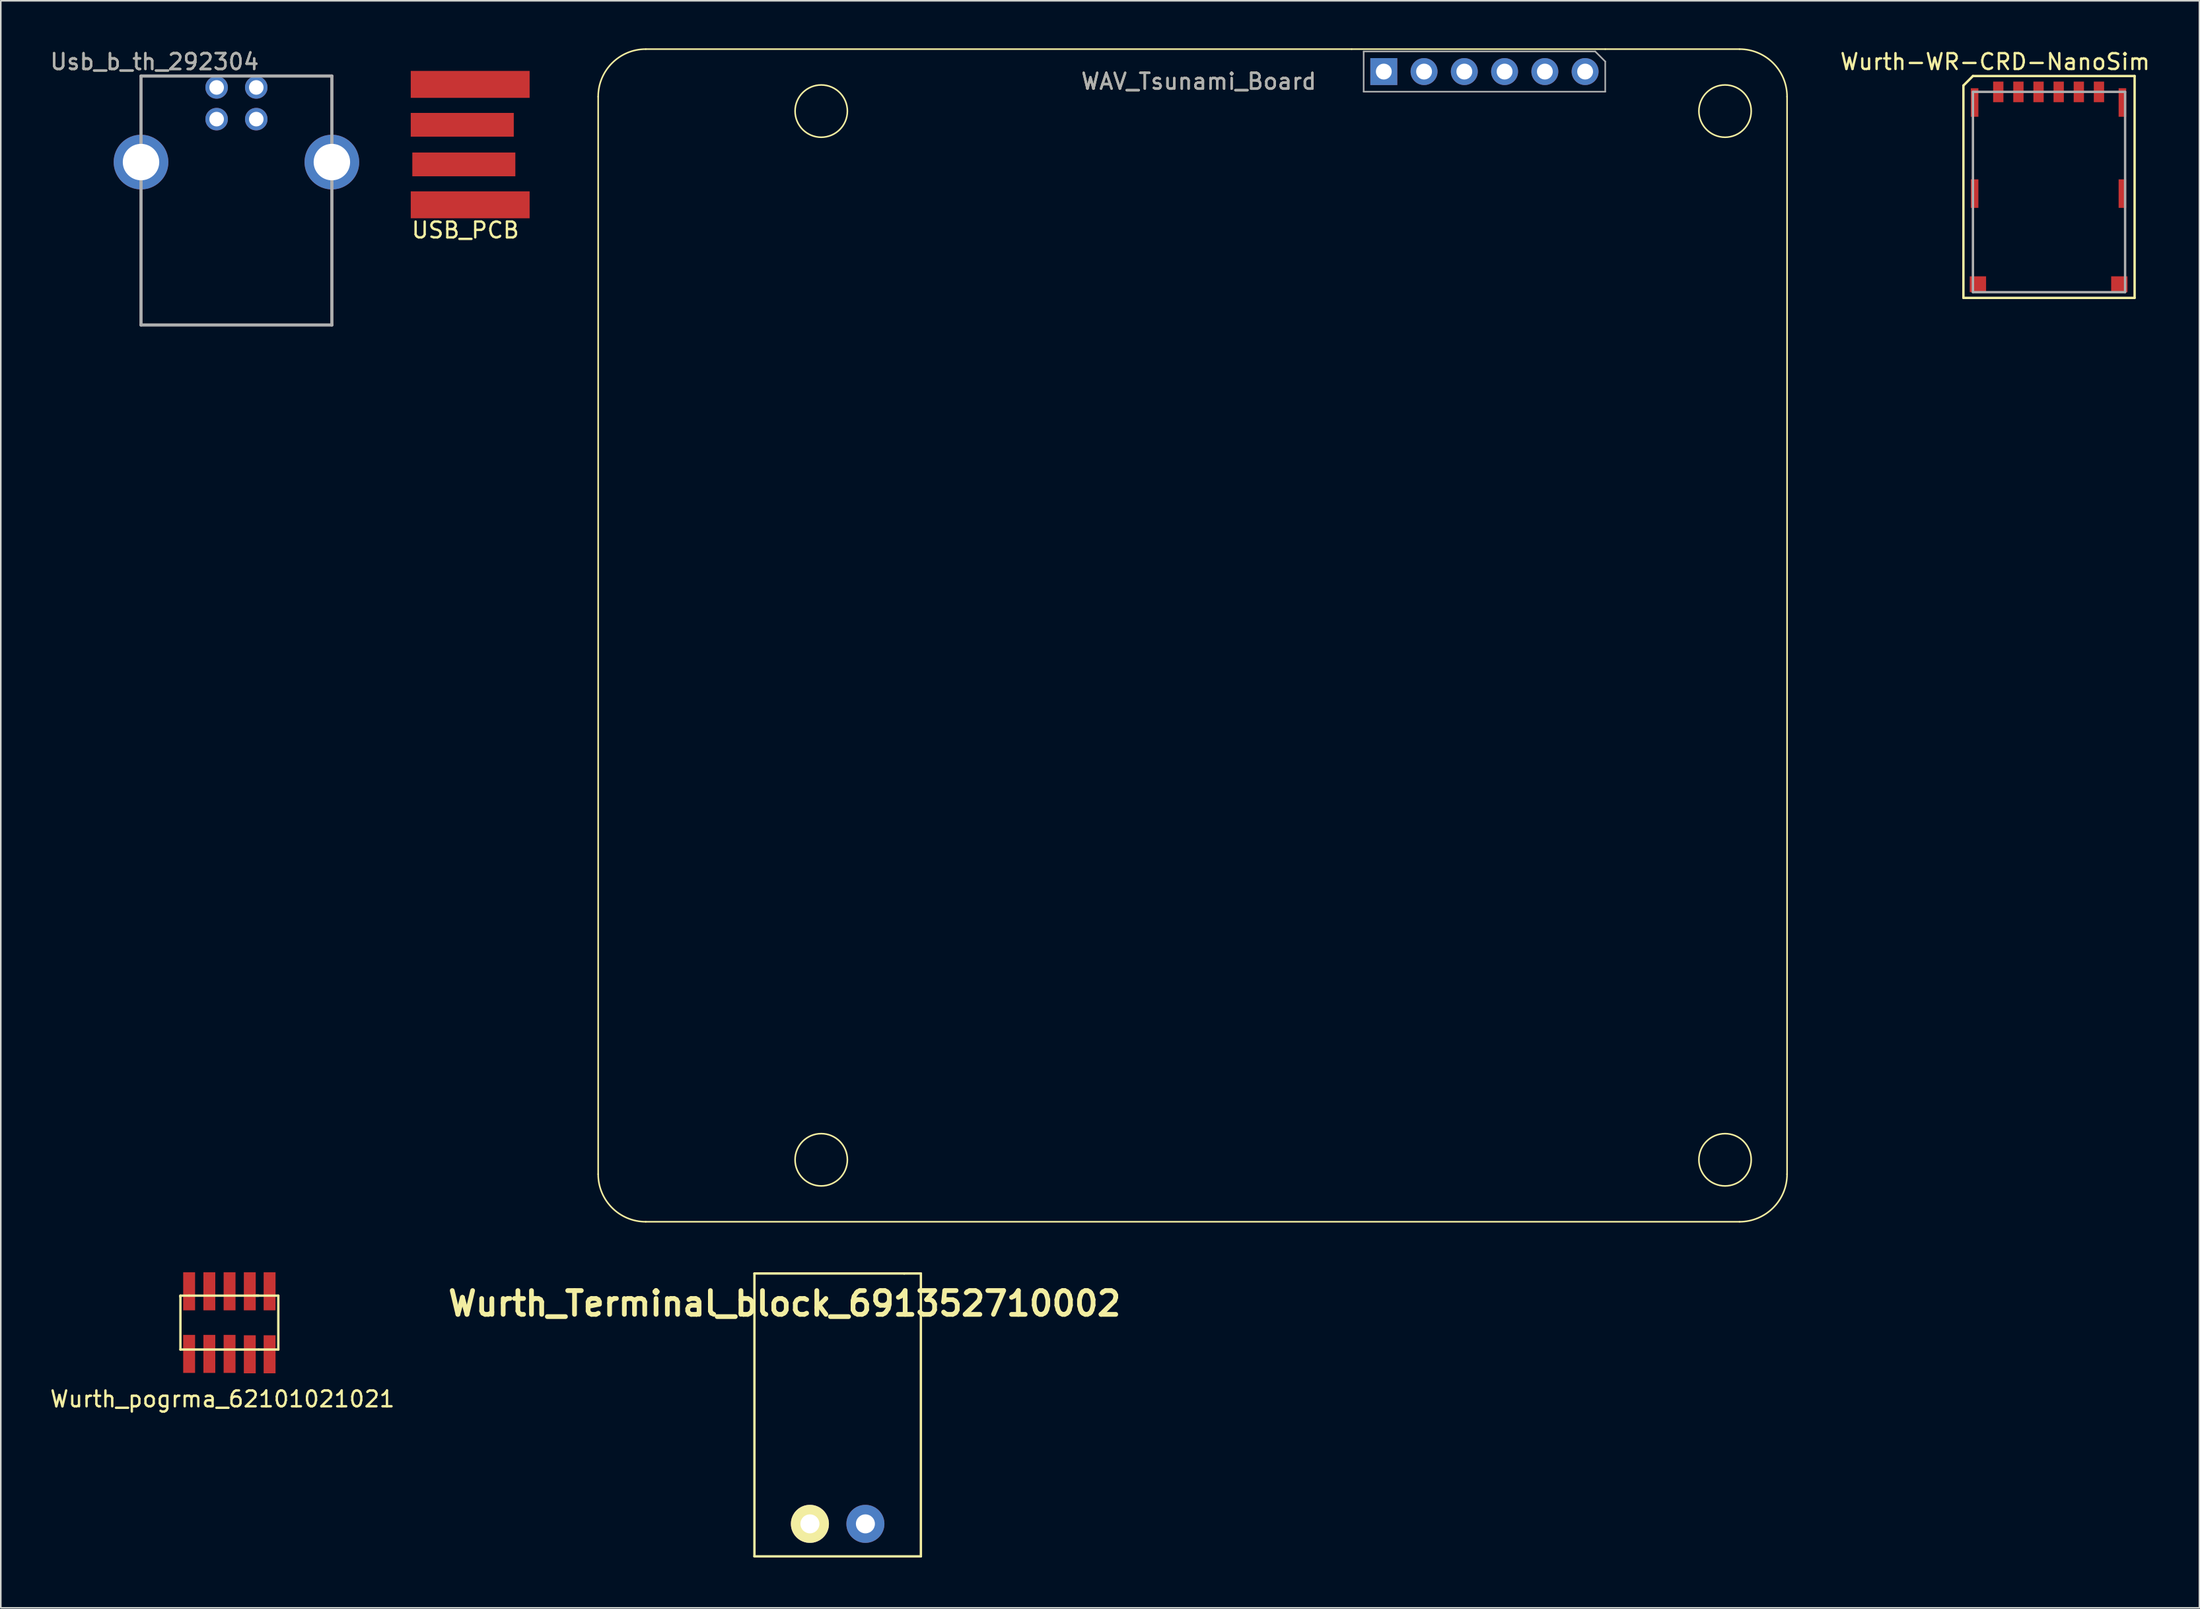
<source format=kicad_pcb>
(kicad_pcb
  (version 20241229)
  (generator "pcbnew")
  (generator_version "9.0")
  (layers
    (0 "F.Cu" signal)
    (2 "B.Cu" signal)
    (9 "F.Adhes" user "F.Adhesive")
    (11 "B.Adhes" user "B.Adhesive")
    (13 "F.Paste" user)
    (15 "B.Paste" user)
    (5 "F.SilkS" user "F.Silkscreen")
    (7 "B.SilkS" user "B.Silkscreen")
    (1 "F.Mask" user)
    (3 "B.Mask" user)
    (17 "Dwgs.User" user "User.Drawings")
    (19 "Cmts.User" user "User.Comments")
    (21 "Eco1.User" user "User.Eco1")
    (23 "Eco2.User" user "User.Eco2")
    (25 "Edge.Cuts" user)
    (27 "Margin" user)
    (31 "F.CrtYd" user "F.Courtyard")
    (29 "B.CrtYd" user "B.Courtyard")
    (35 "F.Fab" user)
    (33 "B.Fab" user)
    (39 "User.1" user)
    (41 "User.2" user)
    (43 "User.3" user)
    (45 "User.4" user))
  (footprint "Usb_b_th_292304"
    (layer "F.Cu")
    (at 11.866 7.178)
    (property "Reference" "Usb_b_th_292304" (at -5.17 -6.33 0) (layer "F.SilkS") (effects (font (size 1 1) (thickness 0.15))))
    (attr through_hole)
    (fp_line (start -6.02 -5.43) (end -6.02 -2.2) (stroke (width 0.1) (type solid)) (layer "F.SilkS"))
    (fp_line (start -6.02 -5.43) (end -2 -5.43) (stroke (width 0.1) (type solid)) (layer "F.SilkS"))
    (fp_line (start -6.02 10.28) (end -6.02 2.2) (stroke (width 0.1) (type solid)) (layer "F.SilkS"))
    (fp_line (start -6.02 10.28) (end 6.02 10.28) (stroke (width 0.1) (type solid)) (layer "F.SilkS"))
    (fp_line (start 6.02 -5.43) (end 2 -5.43) (stroke (width 0.1) (type solid)) (layer "F.SilkS"))
    (fp_line (start 6.02 -5.43) (end 6.02 -2.2) (stroke (width 0.1) (type solid)) (layer "F.SilkS"))
    (fp_line (start 6.02 10.28) (end 6.02 2.2) (stroke (width 0.1) (type solid)) (layer "F.SilkS"))
    (fp_line (start -6.02 -5.43) (end -6.02 10.28) (stroke (width 0.2) (type solid)) (layer "F.Fab"))
    (fp_line (start -6.02 10.28) (end 6.02 10.28) (stroke (width 0.2) (type solid)) (layer "F.Fab"))
    (fp_line (start 6.02 -5.43) (end -6.02 -5.43) (stroke (width 0.2) (type solid)) (layer "F.Fab"))
    (fp_line (start 6.02 10.28) (end 6.02 -5.43) (stroke (width 0.2) (type solid)) (layer "F.Fab"))
    (fp_text user "${REFERENCE}" (at -5.17 -6.33 0) (layer "F.Fab") (effects (font (size 1 1) (thickness 0.15))))
    (pad "1" thru_hole circle (at 1.25 -4.71) (size 1.42 1.42) (drill 0.92) (layers "*.Cu" "*.Mask"))
    (pad "2" thru_hole circle (at -1.25 -4.71) (size 1.42 1.42) (drill 0.92) (layers "*.Cu" "*.Mask"))
    (pad "3" thru_hole circle (at -1.25 -2.71) (size 1.42 1.42) (drill 0.92) (layers "*.Cu" "*.Mask"))
    (pad "4" thru_hole circle (at 1.25 -2.71) (size 1.42 1.42) (drill 0.92) (layers "*.Cu" "*.Mask"))
    (pad "5" thru_hole circle (at -6.02 0) (size 3.45 3.45) (drill 2.3) (layers "*.Cu" "*.Mask"))
    (pad "5" thru_hole circle (at 6.02 0) (size 3.45 3.45) (drill 2.3) (layers "*.Cu" "*.Mask")))
  (footprint "Wurth-WR-CRD-NanoSim"
    (layer "F.Cu")
    (at 123.011 2.748)
    (property "Reference" "Wurth-WR-CRD-NanoSim" (at -0.2 -1.9 0) (layer "F.SilkS") (effects (font (size 1 1) (thickness 0.15))))
    (attr through_hole)
    (fp_line (start -2.2 -0.4) (end -2.2 13) (stroke (width 0.15) (type solid)) (layer "F.SilkS"))
    (fp_line (start -2.2 13) (end 8.6 13) (stroke (width 0.15) (type solid)) (layer "F.SilkS"))
    (fp_line (start -1.6 -1) (end -2.2 -0.4) (stroke (width 0.15) (type solid)) (layer "F.SilkS"))
    (fp_line (start 8.6 -1) (end -1.6 -1) (stroke (width 0.15) (type solid)) (layer "F.SilkS"))
    (fp_line (start 8.6 13) (end 8.6 -1) (stroke (width 0.15) (type solid)) (layer "F.SilkS"))
    (fp_line (start -1.6 0) (end -1.6 12.64) (stroke (width 0.15) (type solid)) (layer "F.Fab"))
    (fp_line (start -1.6 12.64) (end 8 12.64) (stroke (width 0.15) (type solid)) (layer "F.Fab"))
    (fp_line (start 8 0) (end -1.6 0) (stroke (width 0.15) (type solid)) (layer "F.Fab"))
    (fp_line (start 8 12.64) (end 8 0) (stroke (width 0.15) (type solid)) (layer "F.Fab"))
    (pad "1" smd rect (at 5.08 0) (size 0.65 1.3) (layers "F.Cu" "F.Mask" "F.Paste"))
    (pad "2" smd rect (at 2.54 0) (size 0.65 1.3) (layers "F.Cu" "F.Mask" "F.Paste"))
    (pad "3" smd rect (at 1.27 0) (size 0.65 1.3) (layers "F.Cu" "F.Mask" "F.Paste"))
    (pad "4" smd rect (at -1.495 0.67) (size 0.48 1.8) (layers "F.Cu" "F.Mask" "F.Paste"))
    (pad "4" smd rect (at -1.495 6.42) (size 0.48 1.8) (layers "F.Cu" "F.Mask" "F.Paste"))
    (pad "4" smd rect (at -1.285 12.14) (size 1.03 1) (layers "F.Cu" "F.Mask" "F.Paste"))
    (pad "4" smd rect (at 6.35 0) (size 0.65 1.3) (layers "F.Cu" "F.Mask" "F.Paste"))
    (pad "4" smd rect (at 7.635 12.14) (size 1.03 1) (layers "F.Cu" "F.Mask" "F.Paste"))
    (pad "4" smd rect (at 7.83 0.67) (size 0.48 1.8) (layers "F.Cu" "F.Mask" "F.Paste"))
    (pad "4" smd rect (at 7.83 6.42) (size 0.48 1.8) (layers "F.Cu" "F.Mask" "F.Paste"))
    (pad "5" smd rect (at 3.81 0) (size 0.65 1.3) (layers "F.Cu" "F.Mask" "F.Paste"))
    (pad "6" smd rect (at 0 0) (size 0.65 1.3) (layers "F.Cu" "F.Mask" "F.Paste")))
  (footprint "WAV_Tsunami_Board"
    (layer "F.Cu")
    (at 109.674 73.989)
    (property "Reference" "WAV_Tsunami_Board" (at -37.1 -71.9 0) (layer "F.SilkS") (effects (font (size 1 1) (thickness 0.15))))
    (attr through_hole)
    (fp_line (start -74.988 -2.939) (end -74.988 -70.939) (stroke (width 0.1) (type solid)) (layer "F.SilkS"))
    (fp_line (start -71.988 -73.939) (end -27.456 -73.939) (stroke (width 0.1) (type solid)) (layer "F.SilkS"))
    (fp_line (start -27.456 -73.939) (end -11.456 -73.939) (stroke (width 0.1) (type solid)) (layer "F.SilkS"))
    (fp_line (start -11.456 -73.939) (end -2.988 -73.939) (stroke (width 0.1) (type solid)) (layer "F.SilkS"))
    (fp_line (start -2.988 0.061) (end -71.988 0.061) (stroke (width 0.1) (type solid)) (layer "F.SilkS"))
    (fp_line (start 0.012 -70.939) (end 0.012 -2.939) (stroke (width 0.1) (type solid)) (layer "F.SilkS"))
    (fp_arc (start -74.988 -70.939) (mid -74.10932 -73.06032) (end -71.988 -73.939) (stroke (width 0.1) (type solid)) (layer "F.SilkS"))
    (fp_arc (start -71.988 0.061) (mid -74.10932 -0.81768) (end -74.988 -2.939) (stroke (width 0.1) (type solid)) (layer "F.SilkS"))
    (fp_arc (start -2.988 -73.939) (mid -0.86668 -73.06032) (end 0.012 -70.939) (stroke (width 0.1) (type solid)) (layer "F.SilkS"))
    (fp_arc (start 0.012 -2.939) (mid -0.86668 -0.81768) (end -2.988 0.061) (stroke (width 0.1) (type solid)) (layer "F.SilkS"))
    (fp_circle (center -60.917 -70.028) (end -59.267 -70.028) (stroke (width 0.1) (type solid)) (fill no) (layer "F.SilkS"))
    (fp_circle (center -60.917 -3.85) (end -59.267 -3.85) (stroke (width 0.1) (type solid)) (fill no) (layer "F.SilkS"))
    (fp_circle (center -3.9 -70.028) (end -2.25 -70.028) (stroke (width 0.1) (type solid)) (fill no) (layer "F.SilkS"))
    (fp_circle (center -3.9 -3.85) (end -2.25 -3.85) (stroke (width 0.1) (type solid)) (fill no) (layer "F.SilkS"))
    (fp_line (start -26.698 -73.792) (end -12.093 -73.792) (stroke (width 0.1) (type solid)) (layer "F.Fab"))
    (fp_line (start -26.698 -71.252) (end -26.698 -73.792) (stroke (width 0.1) (type solid)) (layer "F.Fab"))
    (fp_line (start -12.093 -73.792) (end -11.458 -73.157) (stroke (width 0.1) (type solid)) (layer "F.Fab"))
    (fp_line (start -11.458 -73.157) (end -11.458 -71.252) (stroke (width 0.1) (type solid)) (layer "F.Fab"))
    (fp_line (start -11.458 -71.252) (end -26.698 -71.252) (stroke (width 0.1) (type solid)) (layer "F.Fab"))
    (fp_text user "${REFERENCE}" (at -37.1 -71.9 0) (layer "F.Fab") (effects (font (size 1 1) (thickness 0.15))))
    (pad "1" thru_hole rect (at -25.428 -72.522 270) (size 1.7 1.7) (drill 1) (layers "*.Cu" "*.Mask"))
    (pad "2" thru_hole oval (at -22.888 -72.522 270) (size 1.7 1.7) (drill 1) (layers "*.Cu" "*.Mask"))
    (pad "3" thru_hole oval (at -20.348 -72.522 270) (size 1.7 1.7) (drill 1) (layers "*.Cu" "*.Mask"))
    (pad "4" thru_hole oval (at -17.808 -72.522 270) (size 1.7 1.7) (drill 1) (layers "*.Cu" "*.Mask"))
    (pad "5" thru_hole oval (at -15.268 -72.522 270) (size 1.7 1.7) (drill 1) (layers "*.Cu" "*.Mask"))
    (pad "6" thru_hole circle (at -12.728 -72.522 270) (size 1.7 1.7) (drill 1) (layers "*.Cu" "*.Mask")))
  (footprint "Wurth_Terminal_block_691352710002"
    (layer "F.Cu")
    (at 44.543 95.164)
    (property "Reference" "Wurth_Terminal_block_691352710002" (at 1.9 -15.95 0) (layer "F.SilkS") (effects (font (size 1.5 1.5) (thickness 0.3))))
    (attr through_hole)
    (fp_line (start 0 -17.85) (end 0 0) (stroke (width 0.15) (type solid)) (layer "F.SilkS"))
    (fp_line (start 0 0) (end 10.5 0) (stroke (width 0.15) (type solid)) (layer "F.SilkS"))
    (fp_line (start 9.45 -17.85) (end 0 -17.85) (stroke (width 0.15) (type solid)) (layer "F.SilkS"))
    (fp_line (start 9.45 -17.85) (end 10.5 -17.85) (stroke (width 0.15) (type solid)) (layer "F.SilkS"))
    (fp_line (start 10.5 -17.85) (end 10.5 0) (stroke (width 0.15) (type solid)) (layer "F.SilkS"))
    (pad "1" thru_hole circle (at 7 -2.05) (size 2.4 2.4) (drill 1.2) (layers "*.Cu" "*.Mask"))
    (pad "2" thru_hole circle (at 3.5 -2.05) (size 2.4 2.4) (drill 1.2) (layers "*.Cu" "*.Mask" "F.SilkS")))
  (footprint "USB_PCB"
    (layer "F.Cu")
    (at 22.861 12.075)
    (property "Reference" "USB_PCB" (at 3.45 -0.6 0) (layer "F.SilkS") (effects (font (size 1 1) (thickness 0.15))))
    (attr through_hole)
    (fp_line (start 0 -12) (end 0 0) (stroke (width 0.15) (type solid)) (layer "B.Paste"))
    (fp_line (start 0 0) (end 8.7 0) (stroke (width 0.15) (type solid)) (layer "B.Paste"))
    (fp_line (start 8.7 -12) (end 0 -12) (stroke (width 0.15) (type solid)) (layer "B.Paste"))
    (fp_line (start 8.7 0) (end 8.7 -12) (stroke (width 0.15) (type solid)) (layer "B.Paste"))
    (pad "1" smd rect (at 3.75 -9.8) (size 7.5 1.7) (layers "F.Cu" "F.Mask" "F.Paste"))
    (pad "2" smd rect (at 3.25 -7.25) (size 6.5 1.5) (layers "F.Cu" "F.Mask" "F.Paste"))
    (pad "3" smd rect (at 3.35 -4.75) (size 6.5 1.5) (layers "F.Cu" "F.Mask" "F.Paste"))
    (pad "4" smd rect (at 3.75 -2.2) (size 7.5 1.7) (layers "F.Cu" "F.Mask" "F.Paste")))
  (footprint "Wurth_pogrma_62101021021"
    (layer "F.Cu")
    (at 8.882 82.389)
    (property "Reference" "Wurth_pogrma_62101021021" (at 2.1 2.85 0) (layer "F.SilkS") (effects (font (size 1 1) (thickness 0.15))))
    (attr through_hole)
    (fp_line (start -0.55 -3.675) (end 0 -3.675) (stroke (width 0.15) (type solid)) (layer "F.SilkS"))
    (fp_line (start -0.55 -3.65) (end -0.55 -3.675) (stroke (width 0.15) (type solid)) (layer "F.SilkS"))
    (fp_line (start -0.55 -3.6) (end -0.55 -3.65) (stroke (width 0.15) (type solid)) (layer "F.SilkS"))
    (fp_line (start -0.55 -0.275) (end -0.55 -3.6) (stroke (width 0.15) (type solid)) (layer "F.SilkS"))
    (fp_line (start 0 -3.675) (end 4.1 -3.675) (stroke (width 0.15) (type solid)) (layer "F.SilkS"))
    (fp_line (start 4.1 -3.675) (end 4.375 -3.675) (stroke (width 0.15) (type solid)) (layer "F.SilkS"))
    (fp_line (start 4.375 -0.275) (end -0.55 -0.275) (stroke (width 0.15) (type solid)) (layer "F.SilkS"))
    (fp_line (start 4.4 -0.275) (end 5.625 -0.275) (stroke (width 0.15) (type solid)) (layer "F.SilkS"))
    (fp_line (start 5.625 -3.675) (end 4.225 -3.675) (stroke (width 0.15) (type solid)) (layer "F.SilkS"))
    (fp_line (start 5.625 -3.675) (end 5.625 -0.275) (stroke (width 0.15) (type solid)) (layer "F.SilkS"))
    (pad "1" smd rect (at 0 0) (size 0.75 2.4) (layers "F.Cu" "F.Mask" "F.Paste"))
    (pad "2" smd rect (at 0 -3.95) (size 0.75 2.4) (layers "F.Cu" "F.Mask" "F.Paste"))
    (pad "3" smd rect (at 1.275 0) (size 0.75 2.4) (layers "F.Cu" "F.Mask" "F.Paste"))
    (pad "4" smd rect (at 1.275 -3.95) (size 0.75 2.4) (layers "F.Cu" "F.Mask" "F.Paste"))
    (pad "5" smd rect (at 2.55 0) (size 0.75 2.4) (layers "F.Cu" "F.Mask" "F.Paste"))
    (pad "6" smd rect (at 2.55 -3.95) (size 0.75 2.4) (layers "F.Cu" "F.Mask" "F.Paste"))
    (pad "7" smd rect (at 3.825 0.025) (size 0.75 2.4) (layers "F.Cu" "F.Mask" "F.Paste"))
    (pad "8" smd rect (at 3.825 -3.95) (size 0.75 2.4) (layers "F.Cu" "F.Mask" "F.Paste"))
    (pad "9" smd rect (at 5.075 0.025) (size 0.75 2.4) (layers "F.Cu" "F.Mask" "F.Paste"))
    (pad "10" smd rect (at 5.075 -3.95) (size 0.75 2.4) (layers "F.Cu" "F.Mask" "F.Paste")))
  (gr_rect
    (start -3 -3)
    (end 135.698 98.414)
    (stroke (width 0.1) (type default))
    (fill no)
    (layer "Edge.Cuts")))
</source>
